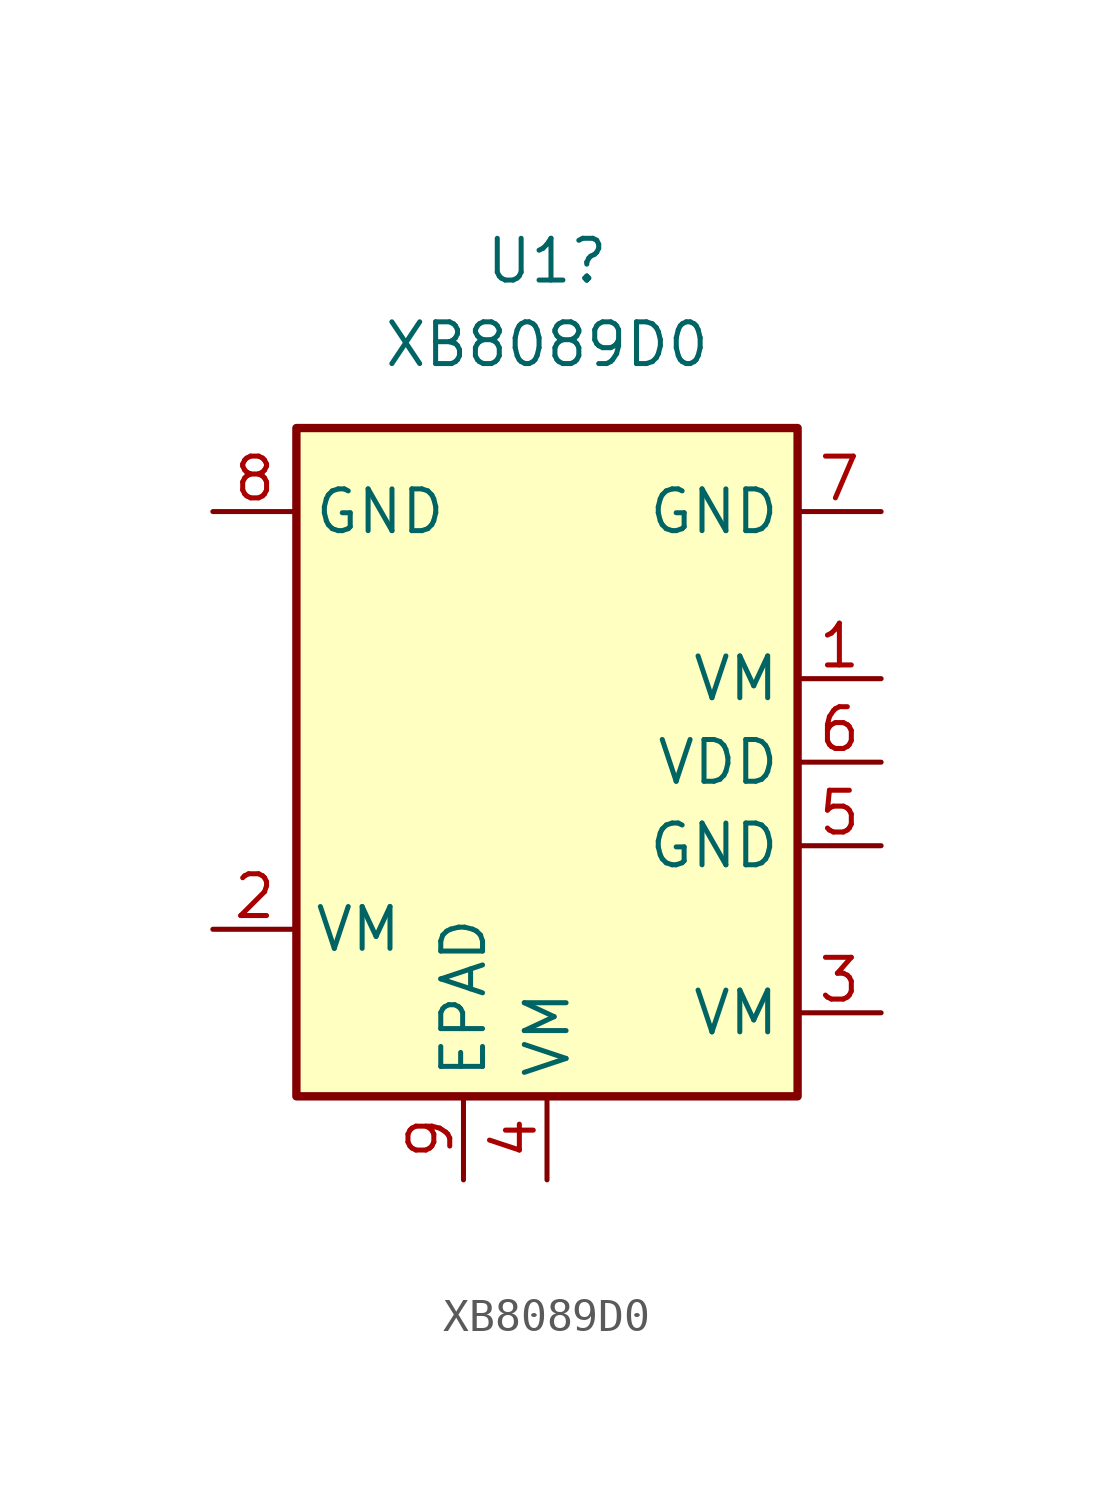
<source format=kicad_sym>
(kicad_symbol_lib
  (version 20241209)
  (generator "kicad_symbol_editor")
  (generator_version "9.0")
  (symbol "XB8089D0"
    (property "Reference" "U1"
      (at 0 15.24 0)
      (effects (font (size 1.27 1.27))))
    (property "Value" "XB8089D0"
      (at 0 12.7 0)
      (effects (font (size 1.27 1.27))))
    (symbol "XB8089D0_0_1"
      (rectangle (start -7.62 10.16) (end 7.62 -10.16) (stroke (width 0.254) (type default)) (fill (type background))))
    (symbol "XB8089D0_1_1"
      (pin passive line (at -10.16 7.62 0) (length 2.54) (name "GND" (effects (font (size 1.27 1.27)))) (number "8" (effects (font (size 1.27 1.27)))))
      (pin bidirectional line (at -10.16 -5.08 0) (length 2.54) (name "VM" (effects (font (size 1.27 1.27)))) (number "2" (effects (font (size 1.27 1.27)))))
      (pin passive line (at -2.54 -12.7 90) (length 2.54) (name "EPAD" (effects (font (size 1.27 1.27)))) (number "9" (effects (font (size 1.27 1.27)))))
      (pin bidirectional line (at 0 -12.7 90) (length 2.54) (name "VM" (effects (font (size 1.27 1.27)))) (number "4" (effects (font (size 1.27 1.27)))))
      (pin passive line (at 10.16 7.62 180) (length 2.54) (name "GND" (effects (font (size 1.27 1.27)))) (number "7" (effects (font (size 1.27 1.27)))))
      (pin bidirectional line (at 10.16 2.54 180) (length 2.54) (name "VM" (effects (font (size 1.27 1.27)))) (number "1" (effects (font (size 1.27 1.27)))))
      (pin power_in line (at 10.16 0 180) (length 2.54) (name "VDD" (effects (font (size 1.27 1.27)))) (number "6" (effects (font (size 1.27 1.27)))))
      (pin passive line (at 10.16 -2.54 180) (length 2.54) (name "GND" (effects (font (size 1.27 1.27)))) (number "5" (effects (font (size 1.27 1.27)))))
      (pin bidirectional line (at 10.16 -7.62 180) (length 2.54) (name "VM" (effects (font (size 1.27 1.27)))) (number "3" (effects (font (size 1.27 1.27))))))))
</source>
